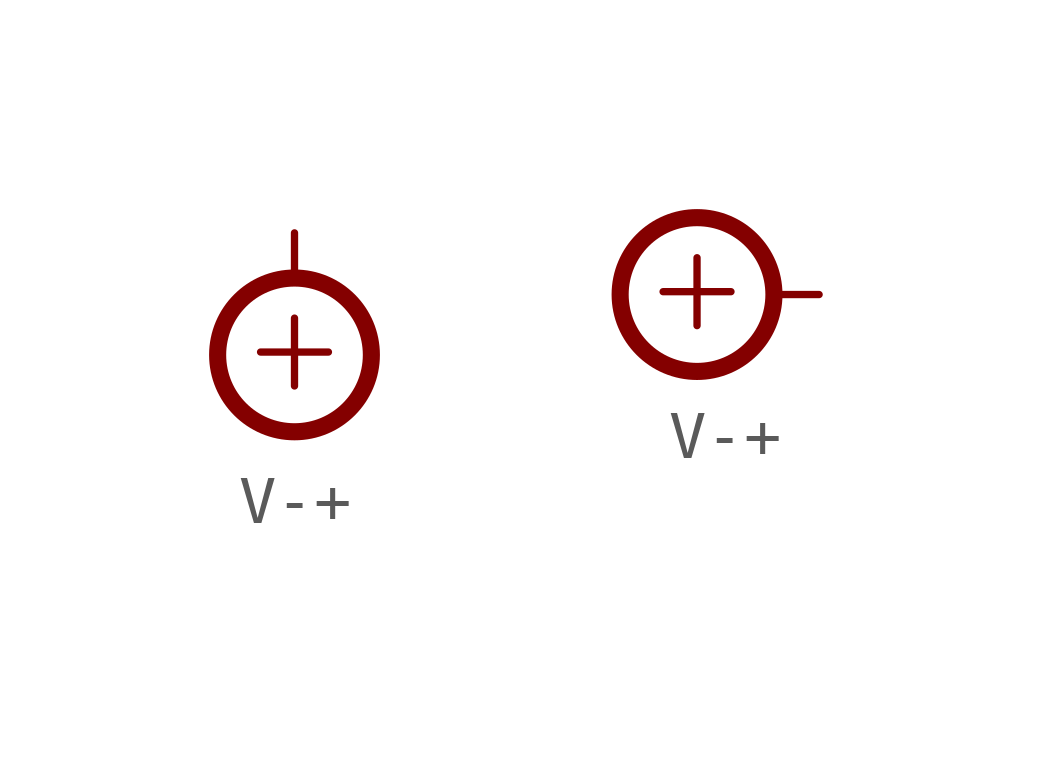
<source format=kicad_sym>
(kicad_symbol_lib
  (version 20211014)
  (generator kicad_symbol_editor)
  (symbol "V-+"
    (power)
    (pin_numbers hide)
    (pin_names
      (offset 1.27) hide)
    (property "Reference" "#PWR"
      (at 5.08 0 0)
      (effects (font (size 1.27 1.27)) (justify left) hide))
    (symbol "V-+_1_0"
      (pin power_in line (at 0 0 0) (length 0) hide (name "+" (effects (font (size 1.27 1.27)))) (number "0" (effects (font (size 0 0))))))
    (symbol "V-+_1_1"
      (circle (center 0 -2.54) (radius 1.6) (stroke (width 0.356) (type default) (color 0 0 0 0)) (fill (type none)))
      (polyline (pts (xy 0 -0.889) (xy 0 0)) (stroke (width 0) (type default) (color 0 0 0 0)) (fill (type none)))
      (text "+" (at 0 -2.337 0) (effects (font (size 1.854 1.854)))))
    (symbol "V-+_1_2"
      (circle (center -2.54 0) (radius 1.6) (stroke (width 0.356) (type default) (color 0 0 0 0)) (fill (type none)))
      (polyline (pts (xy -0.889 0) (xy 0 0)) (stroke (width 0) (type default) (color 0 0 0 0)) (fill (type none)))
      (text "+" (at -2.54 0.203 0) (effects (font (size 1.854 1.854)))))))
</source>
